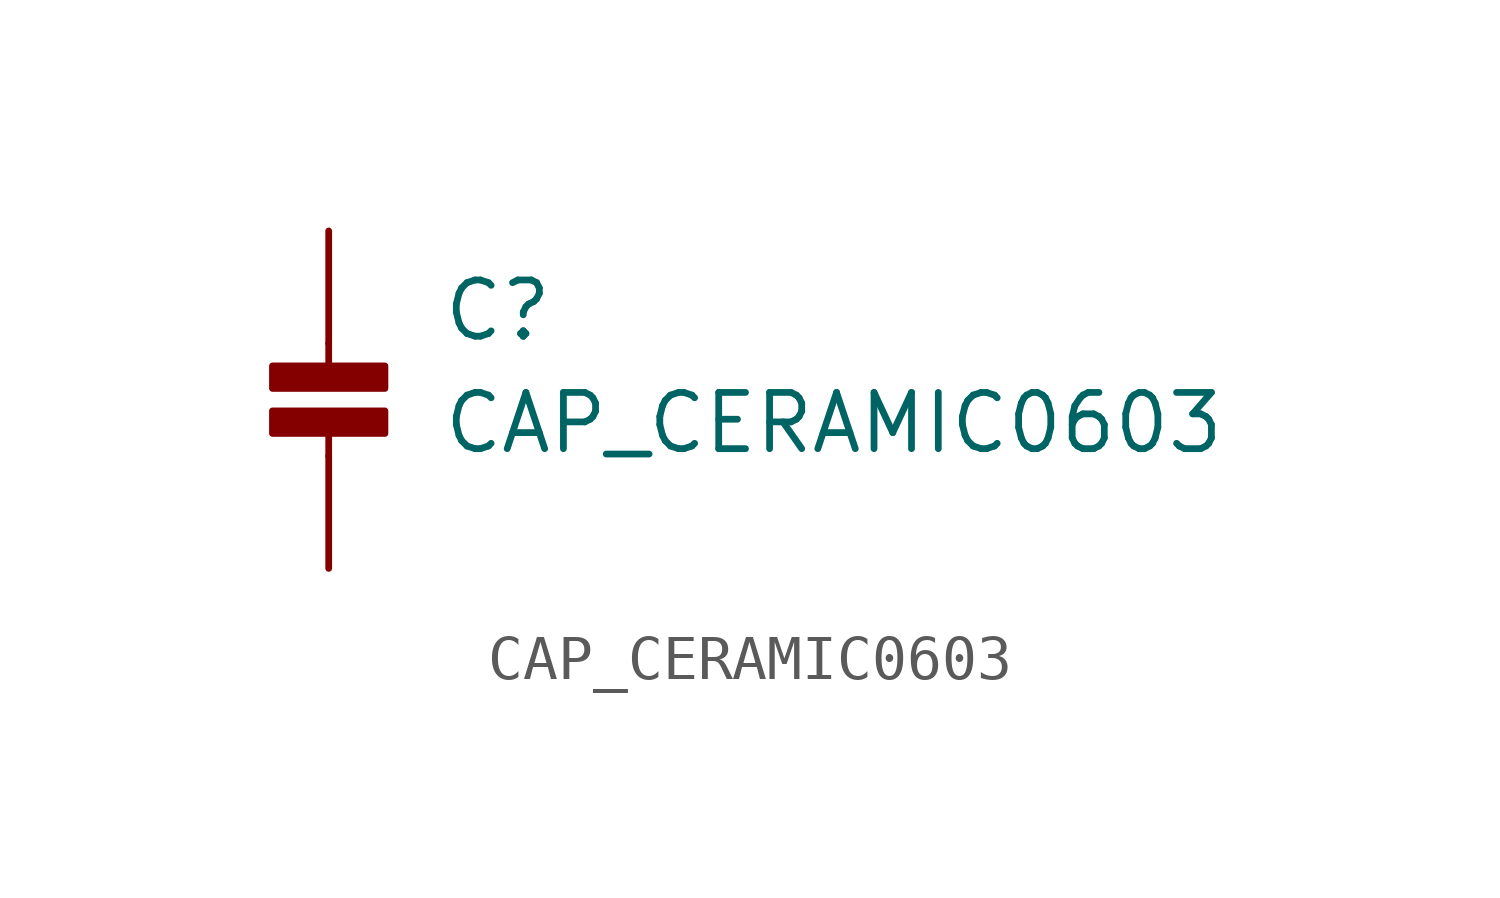
<source format=kicad_sym>
(kicad_symbol_lib
  (version 20220331)
  (generator kicad_symbol_editor)
  (symbol "CAP_CERAMIC0603"
    (property "Reference" "C"
      (at 2.54 2.54 0)
      (effects (font (size 1.27 1.27)) (justify left bottom)))
    (property "Value" "CAP_CERAMIC0603"
      (at 2.54 0 0)
      (effects (font (size 1.27 1.27)) (justify left bottom)))
    (property "ki_locked" ""
      (at 0 0 0)
      (effects (font (size 1.27 1.27))))
    (symbol "CAP_CERAMIC0603_1_0"
      (rectangle (start -1.27 0.508) (end 1.27 1.016) (stroke (width 0) (type default)) (fill (type outline)))
      (rectangle (start -1.27 1.524) (end 1.27 2.032) (stroke (width 0) (type default)) (fill (type outline)))
      (polyline (pts (xy 0 0.762) (xy 0 0)) (stroke (width 0.152) (type solid)) (fill (type none)))
      (polyline (pts (xy 0 2.54) (xy 0 1.778)) (stroke (width 0.152) (type solid)) (fill (type none)))
      (pin passive line (at 0 5.08 270) (length 2.54) (name "P$1" (effects (font (size 0 0)))) (number "1" (effects (font (size 0 0)))))
      (pin passive line (at 0 -2.54 90) (length 2.54) (name "P$2" (effects (font (size 0 0)))) (number "2" (effects (font (size 0 0))))))))
</source>
